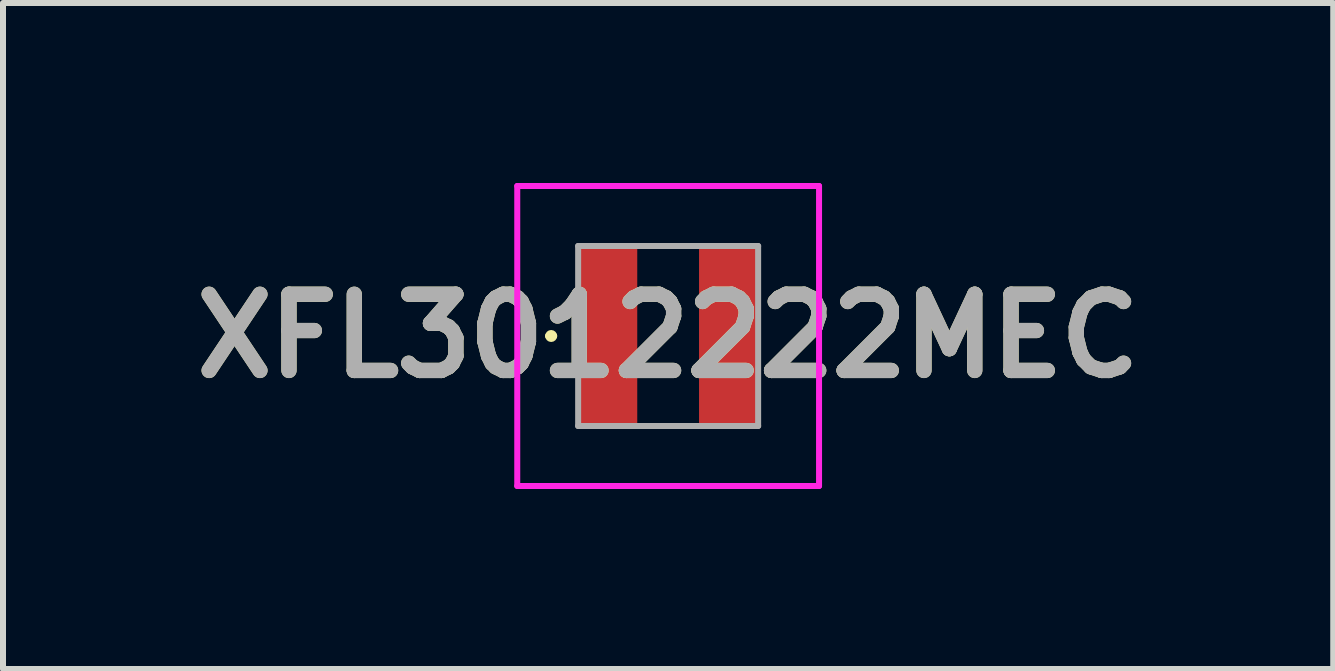
<source format=kicad_pcb>
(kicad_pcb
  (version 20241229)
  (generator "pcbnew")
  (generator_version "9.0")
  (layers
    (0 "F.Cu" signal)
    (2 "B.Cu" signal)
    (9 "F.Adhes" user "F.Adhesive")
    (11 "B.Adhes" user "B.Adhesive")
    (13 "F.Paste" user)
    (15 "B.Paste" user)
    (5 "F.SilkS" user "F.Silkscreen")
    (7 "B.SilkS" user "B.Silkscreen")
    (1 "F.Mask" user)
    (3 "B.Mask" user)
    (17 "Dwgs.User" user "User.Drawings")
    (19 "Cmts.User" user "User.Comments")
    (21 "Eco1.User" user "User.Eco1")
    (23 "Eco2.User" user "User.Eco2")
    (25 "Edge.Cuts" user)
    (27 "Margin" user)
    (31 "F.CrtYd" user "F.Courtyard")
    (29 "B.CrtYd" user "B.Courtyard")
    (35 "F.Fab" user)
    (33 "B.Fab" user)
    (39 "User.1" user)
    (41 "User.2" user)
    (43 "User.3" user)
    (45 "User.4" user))
  (footprint "XFL3012222MEC"
    (layer "F.Cu")
    (at 8.086 2.55)
    (property "Reference" "XFL3012222MEC" (at 0 0 0) (layer "F.SilkS") (effects (font (size 1.27 1.27) (thickness 0.254))))
    (attr smd)
    (fp_line (start -2 0) (end -2 0) (stroke (width 0.1) (type solid)) (layer "F.SilkS"))
    (fp_line (start -1.9 0) (end -1.9 0) (stroke (width 0.1) (type solid)) (layer "F.SilkS"))
    (fp_arc (start -2 0) (mid -1.95 -0.05) (end -1.9 0) (stroke (width 0.1) (type solid)) (layer "F.SilkS"))
    (fp_arc (start -1.9 0) (mid -1.95 0.05) (end -2 0) (stroke (width 0.1) (type solid)) (layer "F.SilkS"))
    (fp_line (start -2.515 -2.5) (end 2.515 -2.5) (stroke (width 0.1) (type solid)) (layer "F.CrtYd"))
    (fp_line (start -2.515 2.5) (end -2.515 -2.5) (stroke (width 0.1) (type solid)) (layer "F.CrtYd"))
    (fp_line (start 2.515 -2.5) (end 2.515 2.5) (stroke (width 0.1) (type solid)) (layer "F.CrtYd"))
    (fp_line (start 2.515 2.5) (end -2.515 2.5) (stroke (width 0.1) (type solid)) (layer "F.CrtYd"))
    (fp_line (start -1.5 -1.5) (end -1.5 1.5) (stroke (width 0.1) (type solid)) (layer "F.Fab"))
    (fp_line (start -1.5 1.5) (end 1.5 1.5) (stroke (width 0.1) (type solid)) (layer "F.Fab"))
    (fp_line (start 1.5 -1.5) (end -1.5 -1.5) (stroke (width 0.1) (type solid)) (layer "F.Fab"))
    (fp_line (start 1.5 1.5) (end 1.5 -1.5) (stroke (width 0.1) (type solid)) (layer "F.Fab"))
    (fp_text user "${REFERENCE}" (at 0 0 0) (layer "F.Fab") (effects (font (size 1.27 1.27) (thickness 0.254))))
    (pad "1" smd rect (at -1.015 0) (size 1 2.9) (layers "F.Cu" "F.Mask" "F.Paste"))
    (pad "2" smd rect (at 1.015 0) (size 1 2.9) (layers "F.Cu" "F.Mask" "F.Paste")))
  (gr_rect
    (start -3 -3)
    (end 19.171 8.1)
    (stroke (width 0.1) (type default))
    (fill no)
    (layer "Edge.Cuts")))
</source>
